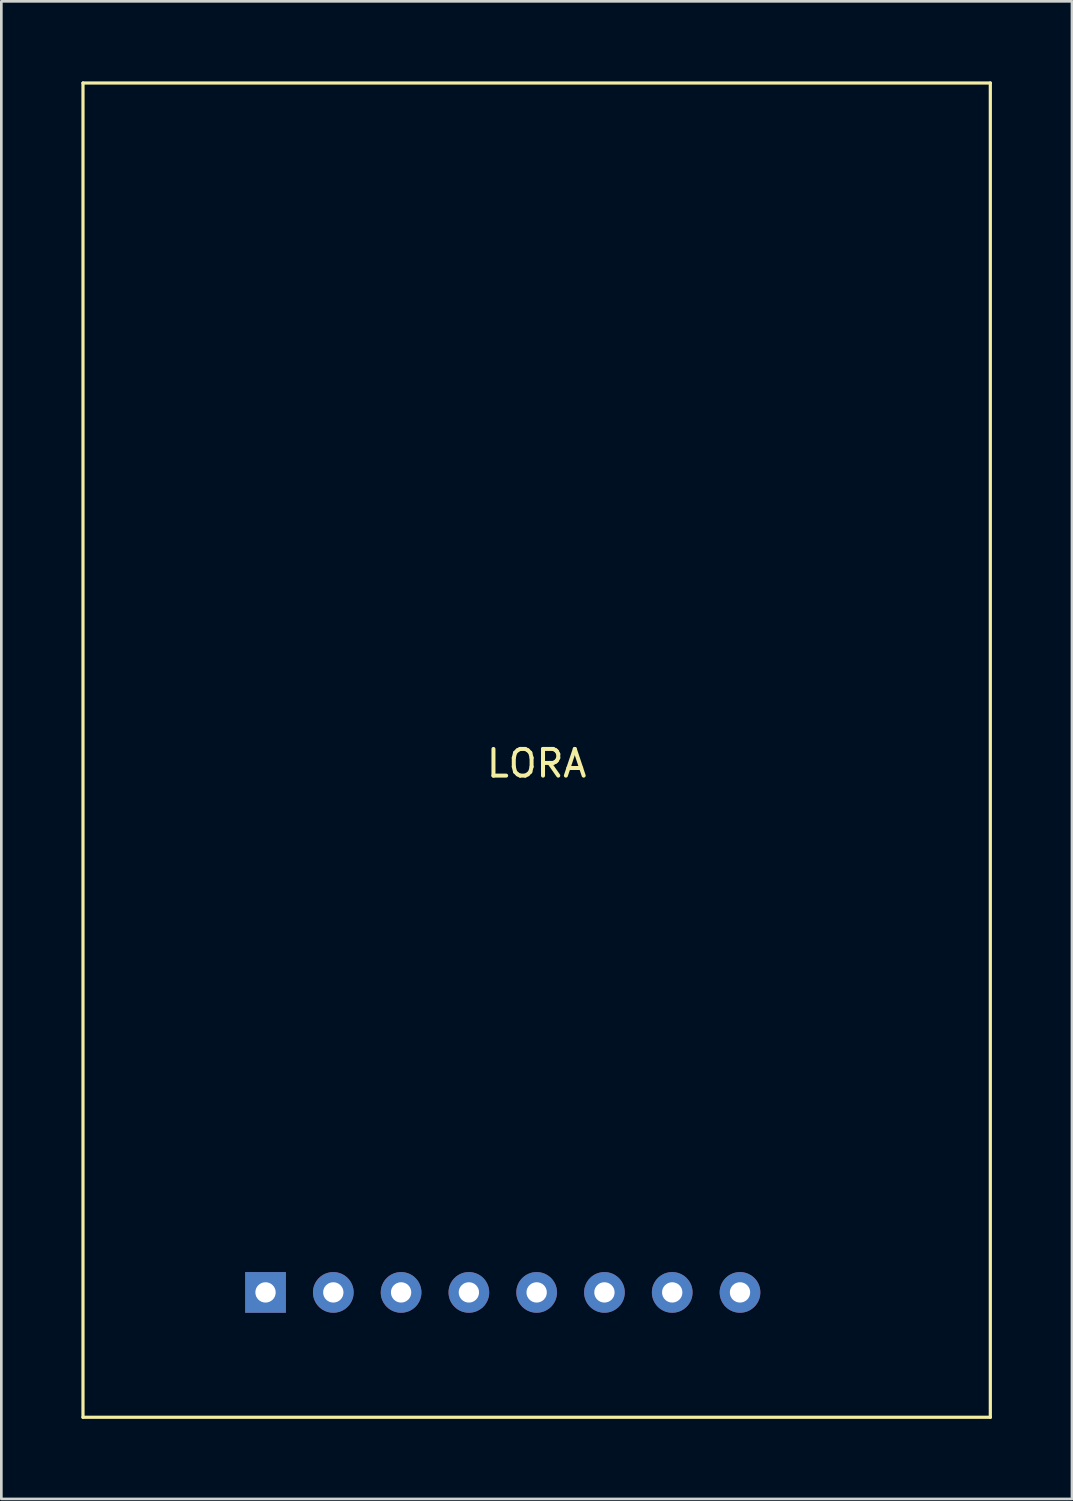
<source format=kicad_pcb>
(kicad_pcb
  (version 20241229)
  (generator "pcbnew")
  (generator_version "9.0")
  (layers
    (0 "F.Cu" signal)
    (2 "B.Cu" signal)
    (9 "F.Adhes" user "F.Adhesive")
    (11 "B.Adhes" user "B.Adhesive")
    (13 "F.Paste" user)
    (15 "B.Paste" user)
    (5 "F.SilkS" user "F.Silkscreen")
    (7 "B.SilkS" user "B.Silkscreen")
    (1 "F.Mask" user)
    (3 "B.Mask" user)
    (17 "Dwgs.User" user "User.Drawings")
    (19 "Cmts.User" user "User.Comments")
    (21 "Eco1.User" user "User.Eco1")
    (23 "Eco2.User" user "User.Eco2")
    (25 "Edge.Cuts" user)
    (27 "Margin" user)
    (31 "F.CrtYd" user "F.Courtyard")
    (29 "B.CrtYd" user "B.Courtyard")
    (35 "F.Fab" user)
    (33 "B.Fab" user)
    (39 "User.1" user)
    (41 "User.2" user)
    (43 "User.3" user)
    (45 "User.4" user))
  (footprint "LORA"
    (layer "F.Cu")
    (at 17.06 25.06)
    (property "Reference" "LORA" (at 0 0.5 0) (layer "F.SilkS") (effects (font (size 1 1) (thickness 0.15))))
    (attr through_hole)
    (fp_line (start -17 -25) (end -17 25) (stroke (width 0.12) (type solid)) (layer "F.SilkS"))
    (fp_line (start -17 -25) (end 17 -25) (stroke (width 0.12) (type solid)) (layer "F.SilkS"))
    (fp_line (start -17 25) (end 17 25) (stroke (width 0.12) (type solid)) (layer "F.SilkS"))
    (fp_line (start 17 -25) (end 17 25) (stroke (width 0.12) (type solid)) (layer "F.SilkS"))
    (pad "1" thru_hole rect (at -10.16 20.32) (size 1.524 1.524) (drill 0.762) (layers "*.Cu" "*.Mask"))
    (pad "2" thru_hole oval (at -7.62 20.32) (size 1.524 1.524) (drill 0.762) (layers "*.Cu" "*.Mask" "B.Adhes"))
    (pad "3" thru_hole circle (at -5.08 20.32) (size 1.524 1.524) (drill 0.762) (layers "*.Cu" "*.Mask"))
    (pad "4" thru_hole oval (at -2.54 20.32) (size 1.524 1.524) (drill 0.762) (layers "*.Cu" "*.Mask"))
    (pad "5" thru_hole oval (at 0 20.32) (size 1.524 1.524) (drill 0.762) (layers "*.Cu" "*.Mask"))
    (pad "6" thru_hole oval (at 2.54 20.32) (size 1.524 1.524) (drill 0.762) (layers "*.Cu" "*.Mask"))
    (pad "7" thru_hole oval (at 5.08 20.32) (size 1.524 1.524) (drill 0.762) (layers "*.Cu" "*.Mask"))
    (pad "8" thru_hole oval (at 7.62 20.32) (size 1.524 1.524) (drill 0.762) (layers "*.Cu" "*.Mask")))
  (gr_rect
    (start -3 -3)
    (end 37.12 53.12)
    (stroke (width 0.1) (type default))
    (fill no)
    (layer "Edge.Cuts")))
</source>
